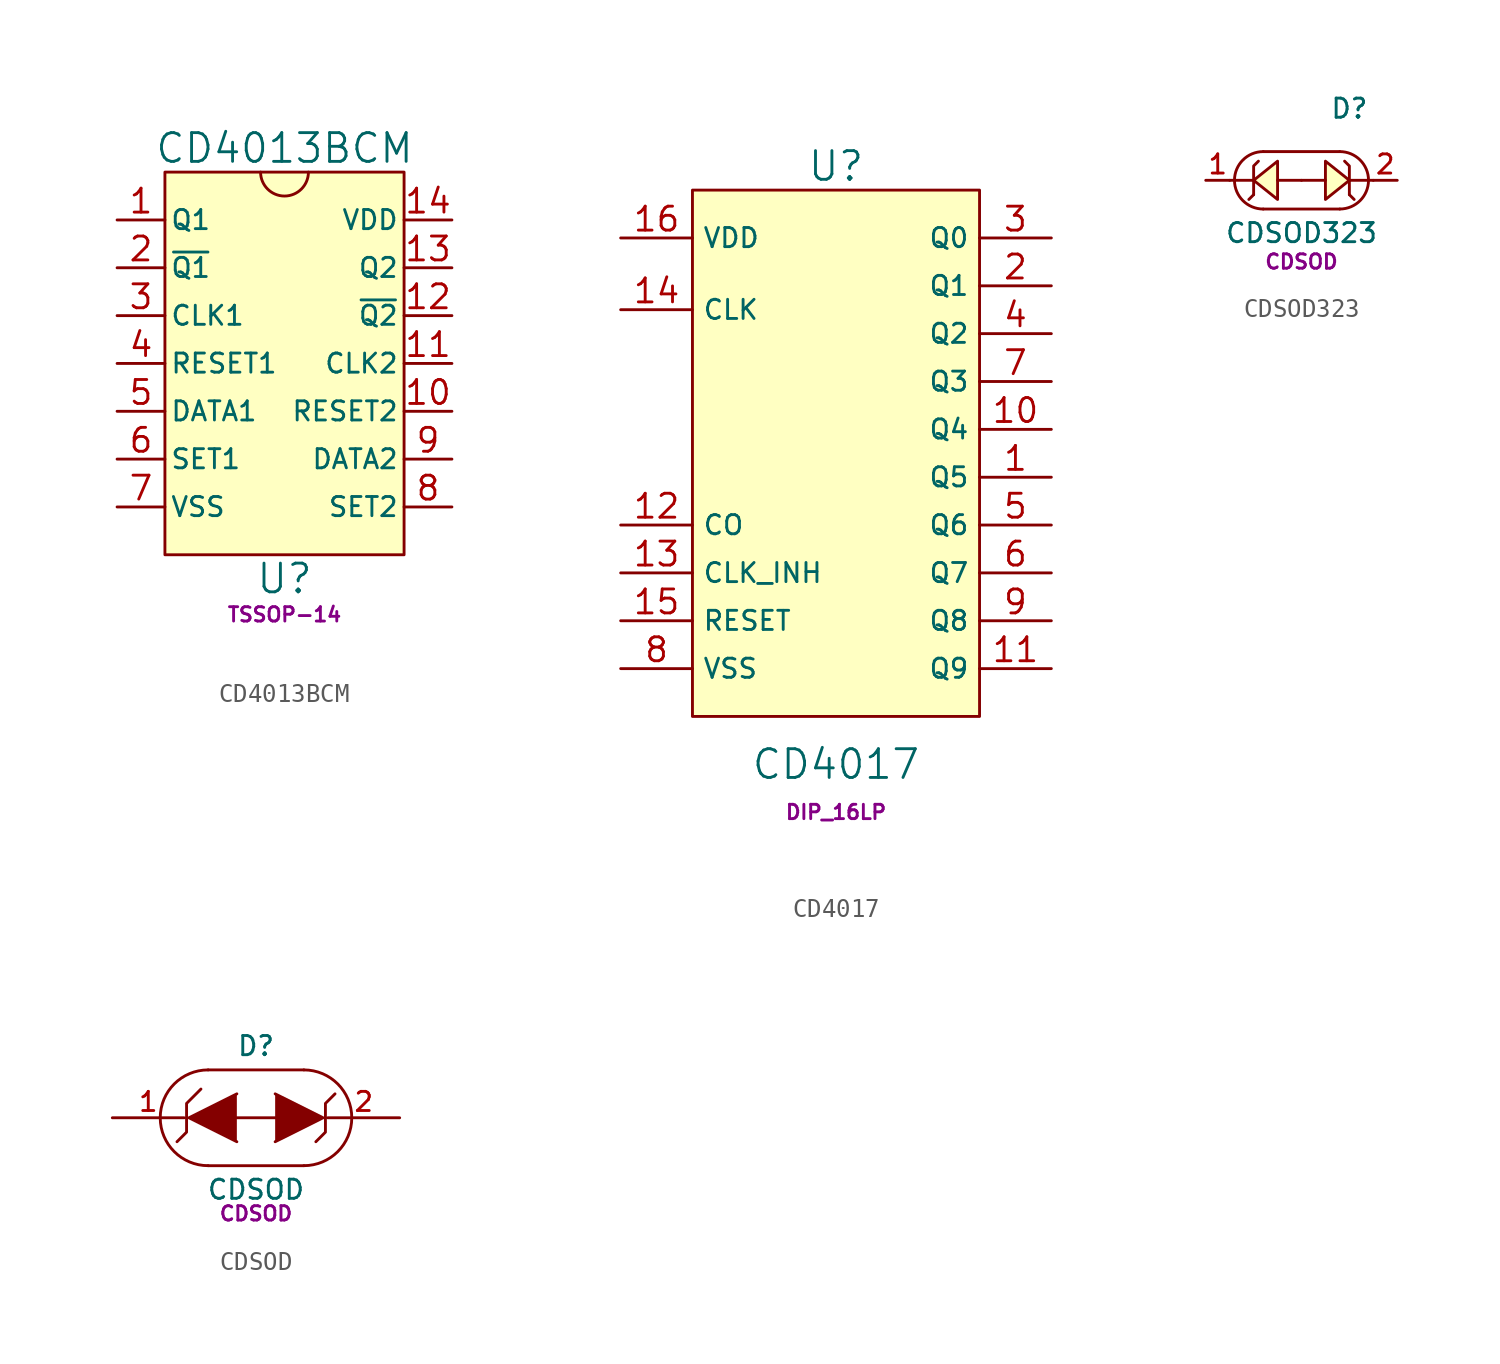
<source format=kicad_sym>
(kicad_symbol_lib
  (version 20220914)
  (generator kicad_symbol_editor)
  (symbol "CD4013BCM"
    (pin_names
      (offset 0.254))
    (property "Reference" "U"
      (at 0 -10.16 0)
      (effects (font (size 1.524 1.524))))
    (property "Value" "CD4013BCM"
      (at 0 12.7 0)
      (effects (font (size 1.524 1.524))))
    (property "Footprint" "TSSOP-14"
      (at 0 -12.065 0)
      (effects (font (size 0.762 0.762))))
    (property "Datasheet" ""
      (at 0 0 0)
      (effects (font (size 1.524 1.524))))
    (symbol "CD4013BCM_0_1"
      (rectangle (start -6.35 11.43) (end 6.35 -8.89) (stroke (width 0) (type default)) (fill (type background)))
      (arc (start -1.27 11.43) (mid 0 10.1655) (end 1.27 11.43) (stroke (width 0) (type default)) (fill (type none))))
    (symbol "CD4013BCM_1_1"
      (pin bidirectional line (at -8.89 8.89 0) (length 2.54) (name "Q1" (effects (font (size 1.016 1.016)))) (number "1" (effects (font (size 1.27 1.27)))))
      (pin bidirectional line (at 8.89 -1.27 180) (length 2.54) (name "RESET2" (effects (font (size 1.016 1.016)))) (number "10" (effects (font (size 1.27 1.27)))))
      (pin bidirectional line (at 8.89 1.27 180) (length 2.54) (name "CLK2" (effects (font (size 1.016 1.016)))) (number "11" (effects (font (size 1.27 1.27)))))
      (pin bidirectional line (at 8.89 3.81 180) (length 2.54) (name "~{Q2}" (effects (font (size 1.016 1.016)))) (number "12" (effects (font (size 1.27 1.27)))))
      (pin bidirectional line (at 8.89 6.35 180) (length 2.54) (name "Q2" (effects (font (size 1.016 1.016)))) (number "13" (effects (font (size 1.27 1.27)))))
      (pin bidirectional line (at 8.89 8.89 180) (length 2.54) (name "VDD" (effects (font (size 1.016 1.016)))) (number "14" (effects (font (size 1.27 1.27)))))
      (pin bidirectional line (at -8.89 6.35 0) (length 2.54) (name "~{Q1}" (effects (font (size 1.016 1.016)))) (number "2" (effects (font (size 1.27 1.27)))))
      (pin bidirectional line (at -8.89 3.81 0) (length 2.54) (name "CLK1" (effects (font (size 1.016 1.016)))) (number "3" (effects (font (size 1.27 1.27)))))
      (pin bidirectional line (at -8.89 1.27 0) (length 2.54) (name "RESET1" (effects (font (size 1.016 1.016)))) (number "4" (effects (font (size 1.27 1.27)))))
      (pin bidirectional line (at -8.89 -1.27 0) (length 2.54) (name "DATA1" (effects (font (size 1.016 1.016)))) (number "5" (effects (font (size 1.27 1.27)))))
      (pin bidirectional line (at -8.89 -3.81 0) (length 2.54) (name "SET1" (effects (font (size 1.016 1.016)))) (number "6" (effects (font (size 1.27 1.27)))))
      (pin bidirectional line (at -8.89 -6.35 0) (length 2.54) (name "VSS" (effects (font (size 1.016 1.016)))) (number "7" (effects (font (size 1.27 1.27)))))
      (pin bidirectional line (at 8.89 -6.35 180) (length 2.54) (name "SET2" (effects (font (size 1.016 1.016)))) (number "8" (effects (font (size 1.27 1.27)))))
      (pin bidirectional line (at 8.89 -3.81 180) (length 2.54) (name "DATA2" (effects (font (size 1.016 1.016)))) (number "9" (effects (font (size 1.27 1.27)))))))
  (symbol "CD4017"
    (property "Reference" "U"
      (at 0 12.7 0)
      (effects (font (size 1.524 1.524))))
    (property "Value" "CD4017"
      (at 0 -19.05 0)
      (effects (font (size 1.524 1.524))))
    (property "Footprint" "DIP_16LP"
      (at 0 -21.59 0)
      (effects (font (size 0.762 0.762))))
    (property "Datasheet" ""
      (at 0 0 0)
      (effects (font (size 1.524 1.524))))
    (symbol "CD4017_0_1"
      (rectangle (start -7.62 11.43) (end 7.62 -16.51) (stroke (width 0) (type default)) (fill (type background))))
    (symbol "CD4017_1_1"
      (pin bidirectional line (at 11.43 -3.81 180) (length 3.81) (name "Q5" (effects (font (size 1.016 1.016)))) (number "1" (effects (font (size 1.27 1.27)))))
      (pin bidirectional line (at 11.43 -1.27 180) (length 3.81) (name "Q4" (effects (font (size 1.016 1.016)))) (number "10" (effects (font (size 1.27 1.27)))))
      (pin bidirectional line (at 11.43 -13.97 180) (length 3.81) (name "Q9" (effects (font (size 1.016 1.016)))) (number "11" (effects (font (size 1.27 1.27)))))
      (pin bidirectional line (at -11.43 -6.35 0) (length 3.81) (name "CO" (effects (font (size 1.016 1.016)))) (number "12" (effects (font (size 1.27 1.27)))))
      (pin bidirectional line (at -11.43 -8.89 0) (length 3.81) (name "CLK_INH" (effects (font (size 1.016 1.016)))) (number "13" (effects (font (size 1.27 1.27)))))
      (pin bidirectional line (at -11.43 5.08 0) (length 3.81) (name "CLK" (effects (font (size 1.016 1.016)))) (number "14" (effects (font (size 1.27 1.27)))))
      (pin bidirectional line (at -11.43 -11.43 0) (length 3.81) (name "RESET" (effects (font (size 1.016 1.016)))) (number "15" (effects (font (size 1.27 1.27)))))
      (pin bidirectional line (at -11.43 8.89 0) (length 3.81) (name "VDD" (effects (font (size 1.016 1.016)))) (number "16" (effects (font (size 1.27 1.27)))))
      (pin bidirectional line (at 11.43 6.35 180) (length 3.81) (name "Q1" (effects (font (size 1.016 1.016)))) (number "2" (effects (font (size 1.27 1.27)))))
      (pin bidirectional line (at 11.43 8.89 180) (length 3.81) (name "Q0" (effects (font (size 1.016 1.016)))) (number "3" (effects (font (size 1.27 1.27)))))
      (pin bidirectional line (at 11.43 3.81 180) (length 3.81) (name "Q2" (effects (font (size 1.016 1.016)))) (number "4" (effects (font (size 1.27 1.27)))))
      (pin bidirectional line (at 11.43 -6.35 180) (length 3.81) (name "Q6" (effects (font (size 1.016 1.016)))) (number "5" (effects (font (size 1.27 1.27)))))
      (pin bidirectional line (at 11.43 -8.89 180) (length 3.81) (name "Q7" (effects (font (size 1.016 1.016)))) (number "6" (effects (font (size 1.27 1.27)))))
      (pin bidirectional line (at 11.43 1.27 180) (length 3.81) (name "Q3" (effects (font (size 1.016 1.016)))) (number "7" (effects (font (size 1.27 1.27)))))
      (pin bidirectional line (at -11.43 -13.97 0) (length 3.81) (name "VSS" (effects (font (size 1.016 1.016)))) (number "8" (effects (font (size 1.27 1.27)))))
      (pin bidirectional line (at 11.43 -11.43 180) (length 3.81) (name "Q8" (effects (font (size 1.016 1.016)))) (number "9" (effects (font (size 1.27 1.27)))))))
  (symbol "CDSOD323"
    (pin_names
      (offset 1.016) hide)
    (property "Reference" "D"
      (at 2.54 3.81 0)
      (effects (font (size 1.016 1.016))))
    (property "Value" "CDSOD323"
      (at 0 -2.794 0)
      (effects (font (size 1.016 1.016))))
    (property "Footprint" "CDSOD"
      (at 0 -4.318 0)
      (effects (font (size 0.762 0.762))))
    (property "Datasheet" ""
      (at 0 0 0)
      (effects (font (size 1.524 1.524))))
    (symbol "CDSOD323_0_1"
      (arc (start -2.032 1.524) (mid -3.5494 0) (end -2.032 -1.524) (stroke (width 0) (type default)) (fill (type none)))
      (polyline (pts (xy -2.54 -0.762) (xy -2.794 -1.016)) (stroke (width 0) (type default)) (fill (type none)))
      (polyline (pts (xy -2.54 0) (xy -3.81 0)) (stroke (width 0) (type default)) (fill (type none)))
      (polyline (pts (xy -2.54 0) (xy -2.54 -0.762)) (stroke (width 0) (type default)) (fill (type none)))
      (polyline (pts (xy -2.032 -1.524) (xy 2.032 -1.524)) (stroke (width 0) (type default)) (fill (type none)))
      (polyline (pts (xy -1.27 0) (xy 0 0)) (stroke (width 0) (type default)) (fill (type none)))
      (polyline (pts (xy 0 0) (xy 1.27 0)) (stroke (width 0) (type default)) (fill (type none)))
      (polyline (pts (xy 2.032 1.524) (xy -2.032 1.524)) (stroke (width 0) (type default)) (fill (type none)))
      (polyline (pts (xy 2.54 -0.762) (xy 2.794 -1.016)) (stroke (width 0) (type default)) (fill (type none)))
      (polyline (pts (xy 2.54 0) (xy 2.54 -0.762)) (stroke (width 0) (type default)) (fill (type none)))
      (polyline (pts (xy 3.81 0) (xy 2.54 0)) (stroke (width 0) (type default)) (fill (type none)))
      (polyline (pts (xy -2.54 0) (xy -2.54 0.762) (xy -2.286 1.016)) (stroke (width 0) (type default)) (fill (type none)))
      (polyline (pts (xy 2.54 0) (xy 2.54 0.762) (xy 2.286 1.016)) (stroke (width 0) (type default)) (fill (type none)))
      (polyline (pts (xy -2.54 0) (xy -1.27 1.016) (xy -1.27 -1.016) (xy -2.54 0)) (stroke (width 0) (type default)) (fill (type background)))
      (polyline (pts (xy 1.27 0) (xy 1.27 1.016) (xy 2.54 0) (xy 1.27 -1.016) (xy 1.27 0)) (stroke (width 0) (type default)) (fill (type background)))
      (arc (start 2.032 -1.524) (mid 3.5494 0) (end 2.032 1.524) (stroke (width 0) (type default)) (fill (type none))))
    (symbol "CDSOD323_1_1"
      (pin passive line (at -5.08 0 0) (length 1.27) (name "A" (effects (font (size 1.016 1.016)))) (number "1" (effects (font (size 1.016 1.016)))))
      (pin passive line (at 5.08 0 180) (length 1.27) (name "K" (effects (font (size 1.016 1.016)))) (number "2" (effects (font (size 1.016 1.016)))))))
  (symbol "CDSOD"
    (pin_names
      (offset 1.016) hide)
    (property "Reference" "D"
      (at 0 3.81 0)
      (effects (font (size 1.016 1.016))))
    (property "Value" "CDSOD"
      (at 0 -3.81 0)
      (effects (font (size 1.016 1.016))))
    (property "Footprint" "CDSOD"
      (at 0 -5.08 0)
      (effects (font (size 0.762 0.762))))
    (property "Datasheet" ""
      (at 0 0 0)
      (effects (font (size 1.524 1.524))))
    (symbol "CDSOD_0_1"
      (arc (start -2.54 2.54) (mid -5.069 0) (end -2.54 -2.54) (stroke (width 0) (type default)) (fill (type none)))
      (polyline (pts (xy -2.54 -2.54) (xy 2.54 -2.54)) (stroke (width 0) (type default)) (fill (type none)))
      (polyline (pts (xy 1.27 0) (xy -1.27 0)) (stroke (width 0) (type default)) (fill (type none)))
      (polyline (pts (xy 2.54 2.54) (xy -2.54 2.54)) (stroke (width 0) (type default)) (fill (type none)))
      (polyline (pts (xy -3.683 0) (xy -3.683 -0.762) (xy -4.191 -1.27)) (stroke (width 0) (type default)) (fill (type none)))
      (polyline (pts (xy -3.683 0) (xy -3.683 0.762) (xy -2.921 1.524)) (stroke (width 0) (type default)) (fill (type none)))
      (polyline (pts (xy -1.016 1.27) (xy -3.556 0) (xy -1.016 -1.27)) (stroke (width 0) (type default)) (fill (type outline)))
      (polyline (pts (xy 1.016 1.27) (xy 3.556 0) (xy 1.016 -1.27)) (stroke (width 0) (type default)) (fill (type outline)))
      (polyline (pts (xy 3.683 0) (xy 3.683 -0.762) (xy 3.175 -1.27)) (stroke (width 0) (type default)) (fill (type none)))
      (polyline (pts (xy 3.683 0) (xy 3.683 0.762) (xy 4.191 1.27)) (stroke (width 0) (type default)) (fill (type none)))
      (arc (start 2.54 -2.54) (mid 5.069 0) (end 2.54 2.54) (stroke (width 0) (type default)) (fill (type none))))
    (symbol "CDSOD_1_1"
      (pin passive line (at -7.62 0 0) (length 3.81) (name "A" (effects (font (size 1.016 1.016)))) (number "1" (effects (font (size 1.016 1.016)))))
      (pin passive line (at 7.62 0 180) (length 3.81) (name "K" (effects (font (size 1.016 1.016)))) (number "2" (effects (font (size 1.016 1.016))))))))
</source>
